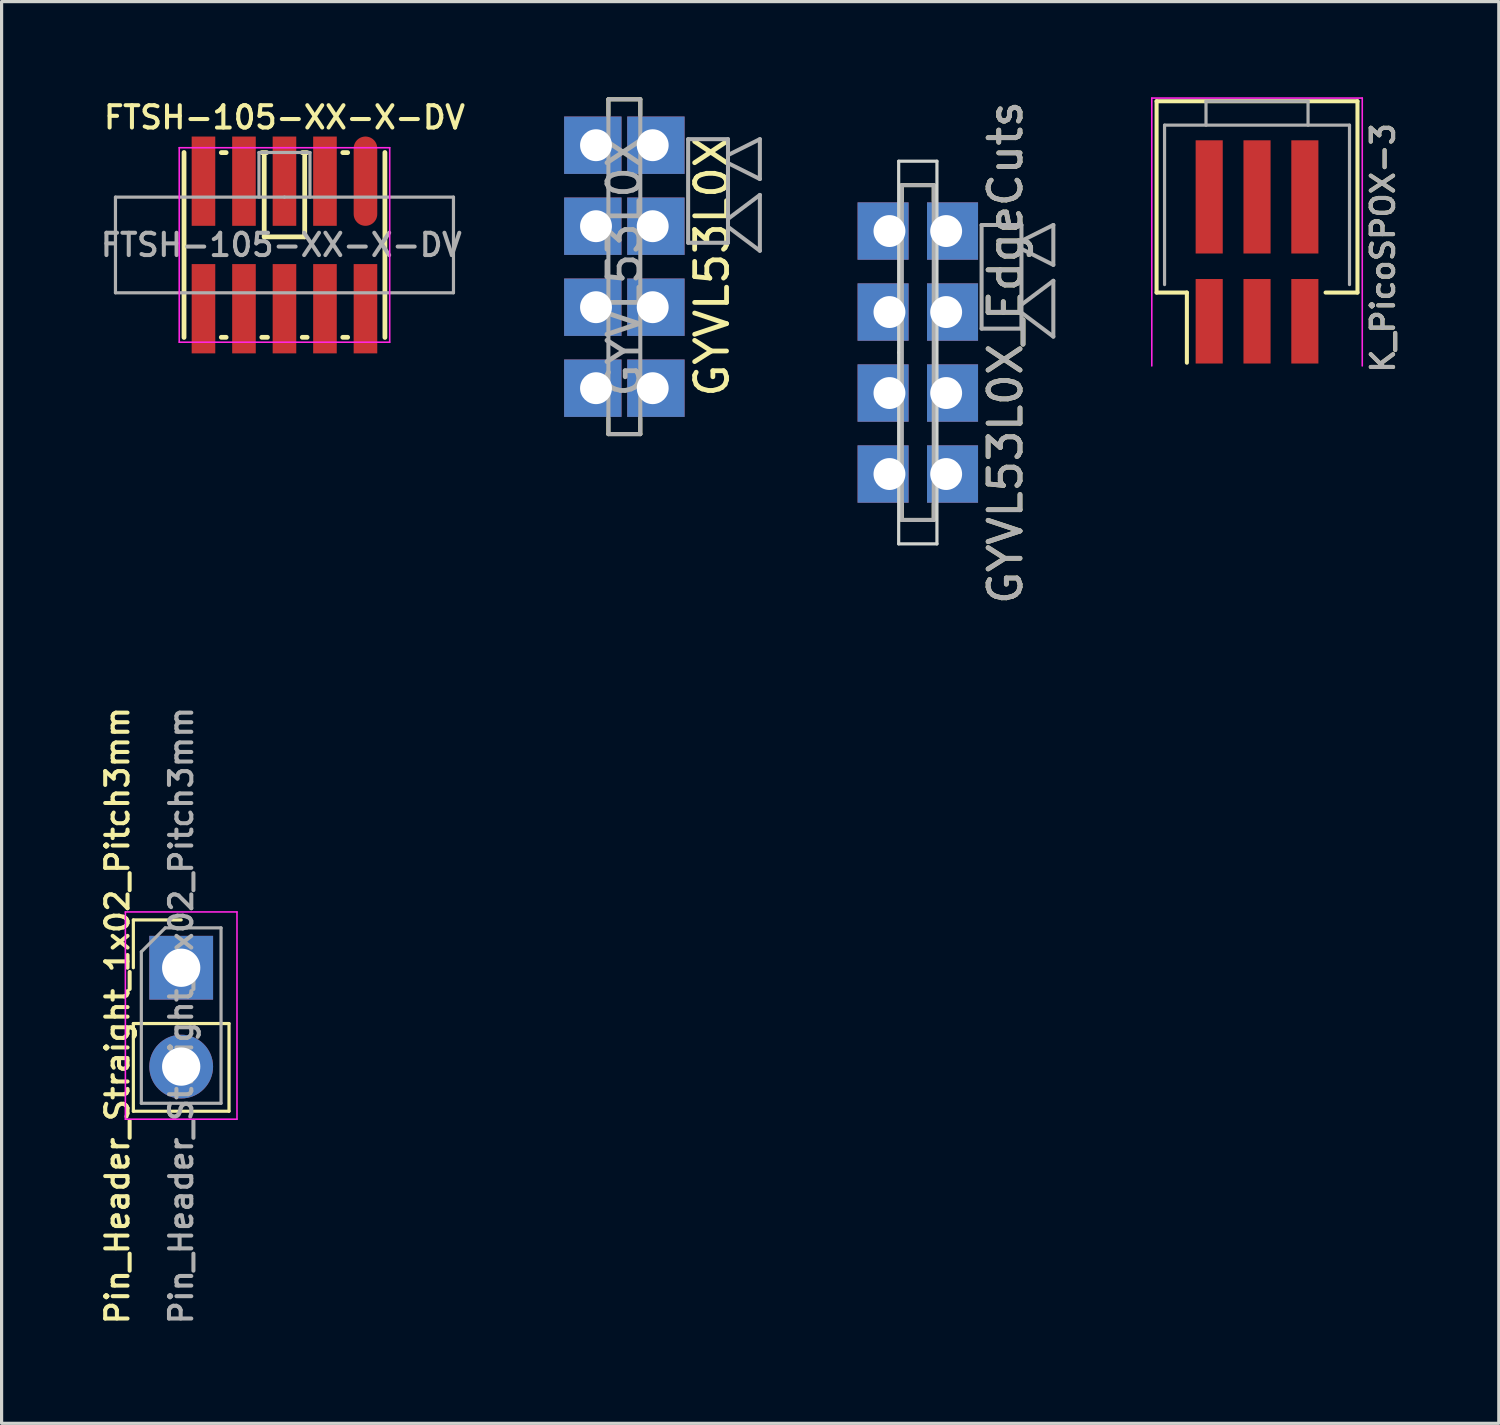
<source format=kicad_pcb>
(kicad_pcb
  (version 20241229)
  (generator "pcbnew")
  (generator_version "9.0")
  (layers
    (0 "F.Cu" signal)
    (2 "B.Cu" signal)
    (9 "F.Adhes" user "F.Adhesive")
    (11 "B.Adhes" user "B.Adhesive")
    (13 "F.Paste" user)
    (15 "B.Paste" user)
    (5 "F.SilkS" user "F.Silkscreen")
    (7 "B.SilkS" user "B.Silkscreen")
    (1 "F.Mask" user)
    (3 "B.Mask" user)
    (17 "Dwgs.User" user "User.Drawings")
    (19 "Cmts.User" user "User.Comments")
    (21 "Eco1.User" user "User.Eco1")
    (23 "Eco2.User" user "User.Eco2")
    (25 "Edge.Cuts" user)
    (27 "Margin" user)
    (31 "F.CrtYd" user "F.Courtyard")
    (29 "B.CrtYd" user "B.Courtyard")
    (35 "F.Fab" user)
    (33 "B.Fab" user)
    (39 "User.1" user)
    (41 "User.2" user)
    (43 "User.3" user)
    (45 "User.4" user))
  (footprint "Pin_Header_Straight_1x02_Pitch3mm"
    (layer "F.Cu")
    (at 2.632 27.299)
    (property "Reference" "Pin_Header_Straight_1x02_Pitch3mm" (at -2 1.5 90) (layer "F.SilkS") (effects (font (size 0.7 0.7) (thickness 0.127))))
    (attr through_hole)
    (fp_line (start -1.5 -1.5) (end -1.5 0) (stroke (width 0.1) (type solid)) (layer "F.SilkS"))
    (fp_line (start -1.5 1.75) (end 1.5 1.75) (stroke (width 0.1) (type solid)) (layer "F.SilkS"))
    (fp_line (start -1.5 4.5) (end -1.5 1.75) (stroke (width 0.1) (type solid)) (layer "F.SilkS"))
    (fp_line (start 0 -1.5) (end -1.5 -1.5) (stroke (width 0.1) (type solid)) (layer "F.SilkS"))
    (fp_line (start 1.5 1.75) (end 1.5 4.5) (stroke (width 0.1) (type solid)) (layer "F.SilkS"))
    (fp_line (start 1.5 4.5) (end -1.5 4.5) (stroke (width 0.1) (type solid)) (layer "F.SilkS"))
    (fp_line (start -1.75 -1.75) (end 1.75 -1.75) (stroke (width 0.05) (type solid)) (layer "F.CrtYd"))
    (fp_line (start -1.75 4.75) (end -1.75 -1.75) (stroke (width 0.05) (type solid)) (layer "F.CrtYd"))
    (fp_line (start 1.75 -1.75) (end 1.75 4.75) (stroke (width 0.05) (type solid)) (layer "F.CrtYd"))
    (fp_line (start 1.75 4.75) (end -1.75 4.75) (stroke (width 0.05) (type solid)) (layer "F.CrtYd"))
    (fp_line (start -1.25 -0.5) (end -1.25 4.25) (stroke (width 0.1) (type solid)) (layer "F.Fab"))
    (fp_line (start -0.5 -1.25) (end -1.25 -0.5) (stroke (width 0.1) (type solid)) (layer "F.Fab"))
    (fp_line (start 1.25 -1.25) (end -0.5 -1.25) (stroke (width 0.1) (type solid)) (layer "F.Fab"))
    (fp_line (start 1.25 -1.25) (end 1.25 4.25) (stroke (width 0.1) (type solid)) (layer "F.Fab"))
    (fp_line (start 1.25 4.25) (end -1.25 4.25) (stroke (width 0.1) (type solid)) (layer "F.Fab"))
    (fp_text user "${REFERENCE}" (at 0 1.5 90) (layer "F.Fab") (effects (font (size 0.7 0.7) (thickness 0.127))))
    (pad "1" thru_hole rect (at 0 0) (size 2 2) (drill 1.2) (layers "*.Cu" "*.Mask"))
    (pad "2" thru_hole oval (at 0 3.1) (size 2 2) (drill 1.2) (layers "*.Cu" "*.Mask")))
  (footprint "K_PicoSPOX-3"
    (layer "F.Cu")
    (at 36.371 3.375)
    (property "Reference" "K_PicoSPOX-3" (at 3.95 1.35 90) (layer "F.SilkS") (effects (font (size 0.7 0.7) (thickness 0.127))))
    (attr smd)
    (fp_line (start -3.15 -3.25) (end -3.15 2.75) (stroke (width 0.127) (type solid)) (layer "F.SilkS"))
    (fp_line (start -3.15 -3.25) (end 3.15 -3.25) (stroke (width 0.127) (type solid)) (layer "F.SilkS"))
    (fp_line (start -3.15 2.75) (end -2.2 2.75) (stroke (width 0.127) (type solid)) (layer "F.SilkS"))
    (fp_line (start -2.2 2.75) (end -2.2 4.95) (stroke (width 0.127) (type solid)) (layer "F.SilkS"))
    (fp_line (start 3.15 -3.25) (end 3.15 2.75) (stroke (width 0.127) (type solid)) (layer "F.SilkS"))
    (fp_line (start 3.15 2.75) (end 2.15 2.75) (stroke (width 0.127) (type solid)) (layer "F.SilkS"))
    (fp_line (start -3.3 -3.35) (end 3.3 -3.35) (stroke (width 0.05) (type solid)) (layer "F.CrtYd"))
    (fp_line (start -3.3 5.05) (end -3.3 -3.35) (stroke (width 0.05) (type solid)) (layer "F.CrtYd"))
    (fp_line (start 3.3 -3.35) (end 3.3 5.05) (stroke (width 0.05) (type solid)) (layer "F.CrtYd"))
    (fp_line (start -2.9 -2.5) (end 2.9 -2.5) (stroke (width 0.1) (type solid)) (layer "F.Fab"))
    (fp_line (start -2.9 2.5) (end -2.9 -2.5) (stroke (width 0.1) (type solid)) (layer "F.Fab"))
    (fp_line (start -1.6 -3.25) (end -1.6 -2.5) (stroke (width 0.1) (type solid)) (layer "F.Fab"))
    (fp_line (start -1.6 -3.25) (end 1.6 -3.25) (stroke (width 0.1) (type solid)) (layer "F.Fab"))
    (fp_line (start 1.6 -3.25) (end 1.6 -2.5) (stroke (width 0.1) (type solid)) (layer "F.Fab"))
    (fp_line (start 2.9 2.5) (end 2.9 -2.5) (stroke (width 0.1) (type solid)) (layer "F.Fab"))
    (fp_text user "${REFERENCE}" (at 3.95 1.35 90) (layer "F.Fab") (effects (font (size 0.7 0.7) (thickness 0.127))))
    (pad "1" smd rect (at -1.5 -0.25) (size 0.85 3.55) (layers "F.Cu" "F.Mask" "F.Paste"))
    (pad "1" smd rect (at -1.5 3.65) (size 0.85 2.65) (layers "F.Cu" "F.Mask" "F.Paste"))
    (pad "2" smd rect (at 0 -0.25) (size 0.85 3.55) (layers "F.Cu" "F.Mask" "F.Paste"))
    (pad "2" smd rect (at 0 3.65) (size 0.85 2.65) (layers "F.Cu" "F.Mask" "F.Paste"))
    (pad "3" smd rect (at 1.5 -0.25) (size 0.85 3.55) (layers "F.Cu" "F.Mask" "F.Paste"))
    (pad "3" smd rect (at 1.5 3.65) (size 0.85 2.65) (layers "F.Cu" "F.Mask" "F.Paste")))
  (footprint "GYVL53L0X"
    (layer "F.Cu")
    (at 16.53 5.314)
    (property "Reference" "GYVL53L0X" (at 2.75 0 90) (layer "F.SilkS") (effects (font (size 1 1) (thickness 0.15))))
    (attr through_hole)
    (fp_line (start -0.5 -5.25) (end 0.5 -5.25) (stroke (width 0.127) (type solid)) (layer "F.SilkS"))
    (fp_line (start -0.5 -4.75) (end -0.5 -5.25) (stroke (width 0.127) (type solid)) (layer "F.SilkS"))
    (fp_line (start -0.5 4.75) (end -0.5 5.25) (stroke (width 0.127) (type solid)) (layer "F.SilkS"))
    (fp_line (start -0.5 5.25) (end 0.5 5.25) (stroke (width 0.127) (type solid)) (layer "F.SilkS"))
    (fp_line (start 0.5 -5.25) (end 0.5 -4.75) (stroke (width 0.127) (type solid)) (layer "F.SilkS"))
    (fp_line (start 0.5 5.25) (end 0.5 4.75) (stroke (width 0.127) (type solid)) (layer "F.SilkS"))
    (fp_line (start -0.5 -5.25) (end 0.5 -5.25) (stroke (width 0.127) (type solid)) (layer "F.Fab"))
    (fp_line (start -0.5 5.25) (end -0.5 -5.25) (stroke (width 0.127) (type solid)) (layer "F.Fab"))
    (fp_line (start 0.5 -5.25) (end 0.5 5.25) (stroke (width 0.127) (type solid)) (layer "F.Fab"))
    (fp_line (start 0.5 5.25) (end -0.5 5.25) (stroke (width 0.127) (type solid)) (layer "F.Fab"))
    (fp_line (start 2 -4) (end 2 -0.75) (stroke (width 0.127) (type solid)) (layer "F.Fab"))
    (fp_line (start 2 -0.75) (end 3.25 -0.75) (stroke (width 0.127) (type solid)) (layer "F.Fab"))
    (fp_line (start 3.25 -4) (end 2 -4) (stroke (width 0.127) (type solid)) (layer "F.Fab"))
    (fp_line (start 3.25 -3.5) (end 4.25 -4) (stroke (width 0.127) (type solid)) (layer "F.Fab"))
    (fp_line (start 3.25 -1.5) (end 4.25 -2.25) (stroke (width 0.127) (type solid)) (layer "F.Fab"))
    (fp_line (start 3.25 -1.25) (end 4.25 -0.5) (stroke (width 0.127) (type solid)) (layer "F.Fab"))
    (fp_line (start 3.25 -0.75) (end 3.25 -4) (stroke (width 0.127) (type solid)) (layer "F.Fab"))
    (fp_line (start 4.25 -4) (end 4.25 -2.75) (stroke (width 0.127) (type solid)) (layer "F.Fab"))
    (fp_line (start 4.25 -2.75) (end 3.25 -3.25) (stroke (width 0.127) (type solid)) (layer "F.Fab"))
    (fp_line (start 4.25 -2.25) (end 4.25 -0.5) (stroke (width 0.127) (type solid)) (layer "F.Fab"))
    (fp_text user "${REFERENCE}" (at 0 0 90) (layer "F.Fab") (effects (font (size 1 1) (thickness 0.15))))
    (pad "" thru_hole rect (at 0.889 -3.81) (size 1.8 1.8) (drill 1 (offset 0.1 0)) (layers "*.Cu" "*.Mask"))
    (pad "" thru_hole rect (at 0.889 -1.27) (size 1.8 1.8) (drill 1 (offset 0.1 0)) (layers "*.Cu" "*.Mask"))
    (pad "" thru_hole rect (at 0.889 1.27) (size 1.8 1.8) (drill 1 (offset 0.1 0)) (layers "*.Cu" "*.Mask"))
    (pad "" thru_hole rect (at 0.889 3.81) (size 1.8 1.8) (drill 1 (offset 0.1 0)) (layers "*.Cu" "*.Mask"))
    (pad "1" thru_hole rect (at -0.889 -3.81) (size 1.8 1.8) (drill 1 (offset -0.1 0)) (layers "*.Cu" "*.Mask"))
    (pad "2" thru_hole rect (at -0.889 -1.27) (size 1.8 1.8) (drill 1 (offset -0.1 0)) (layers "*.Cu" "*.Mask"))
    (pad "3" thru_hole rect (at -0.889 1.27) (size 1.8 1.8) (drill 1 (offset -0.1 0)) (layers "*.Cu" "*.Mask"))
    (pad "4" thru_hole rect (at -0.889 3.81) (size 1.8 1.8) (drill 1 (offset -0.1 0)) (layers "*.Cu" "*.Mask")))
  (footprint "FTSH-105-XX-X-DV"
    (layer "F.Cu")
    (at 5.871 4.632)
    (property "Reference" "FTSH-105-XX-X-DV" (at 0 -4 0) (layer "F.SilkS") (effects (font (size 0.7 0.7) (thickness 0.127))))
    (attr smd)
    (fp_line (start -3.15 2.9) (end -3.15 -2.9) (stroke (width 0.15) (type solid)) (layer "F.SilkS"))
    (fp_line (start -1.981 2.896) (end -1.829 2.896) (stroke (width 0.15) (type solid)) (layer "F.SilkS"))
    (fp_line (start -1.829 -2.896) (end -1.981 -2.896) (stroke (width 0.15) (type solid)) (layer "F.SilkS"))
    (fp_line (start -0.711 2.896) (end -0.533 2.896) (stroke (width 0.15) (type solid)) (layer "F.SilkS"))
    (fp_line (start -0.635 -0.254) (end -0.635 -2.794) (stroke (width 0.15) (type solid)) (layer "F.SilkS"))
    (fp_line (start -0.559 -2.896) (end -0.711 -2.896) (stroke (width 0.15) (type solid)) (layer "F.SilkS"))
    (fp_line (start 0.559 2.896) (end 0.711 2.896) (stroke (width 0.15) (type solid)) (layer "F.SilkS"))
    (fp_line (start 0.635 -2.794) (end 0.635 -0.254) (stroke (width 0.15) (type solid)) (layer "F.SilkS"))
    (fp_line (start 0.635 -0.254) (end -0.635 -0.254) (stroke (width 0.15) (type solid)) (layer "F.SilkS"))
    (fp_line (start 0.711 -2.896) (end 0.559 -2.896) (stroke (width 0.15) (type solid)) (layer "F.SilkS"))
    (fp_line (start 1.829 2.896) (end 1.981 2.896) (stroke (width 0.15) (type solid)) (layer "F.SilkS"))
    (fp_line (start 1.981 -2.896) (end 1.829 -2.896) (stroke (width 0.15) (type solid)) (layer "F.SilkS"))
    (fp_line (start 3.15 2.9) (end 3.15 -2.9) (stroke (width 0.15) (type solid)) (layer "F.SilkS"))
    (fp_line (start -3.3 -3.05) (end 3.3 -3.05) (stroke (width 0.05) (type solid)) (layer "F.CrtYd"))
    (fp_line (start -3.3 3.05) (end -3.3 -3.05) (stroke (width 0.05) (type solid)) (layer "F.CrtYd"))
    (fp_line (start 3.3 -3.05) (end 3.3 3.05) (stroke (width 0.05) (type solid)) (layer "F.CrtYd"))
    (fp_line (start 3.3 3.05) (end -3.3 3.05) (stroke (width 0.05) (type solid)) (layer "F.CrtYd"))
    (fp_line (start -5.3 -1.5) (end 0 -1.5) (stroke (width 0.1) (type solid)) (layer "F.Fab"))
    (fp_line (start -5.3 1.5) (end -5.3 -1.5) (stroke (width 0.1) (type solid)) (layer "F.Fab"))
    (fp_line (start -0.8 -2.9) (end 0.8 -2.9) (stroke (width 0.1) (type solid)) (layer "F.Fab"))
    (fp_line (start -0.8 -1.5) (end -0.8 -2.9) (stroke (width 0.1) (type solid)) (layer "F.Fab"))
    (fp_line (start 0 -1.5) (end 5.3 -1.5) (stroke (width 0.1) (type solid)) (layer "F.Fab"))
    (fp_line (start 0.8 -2.9) (end 0.8 -1.5) (stroke (width 0.1) (type solid)) (layer "F.Fab"))
    (fp_line (start 5.3 -1.5) (end 5.3 1.5) (stroke (width 0.1) (type solid)) (layer "F.Fab"))
    (fp_line (start 5.3 1.5) (end -5.3 1.5) (stroke (width 0.1) (type solid)) (layer "F.Fab"))
    (fp_text user "${REFERENCE}" (at -0.1 0 0) (layer "F.Fab") (effects (font (size 0.7 0.7) (thickness 0.127))))
    (pad "1" smd oval (at 2.54 -2 180) (size 0.74 2.8) (layers "F.Cu" "F.Mask" "F.Paste"))
    (pad "2" smd rect (at 2.54 2 180) (size 0.74 2.8) (layers "F.Cu" "F.Mask" "F.Paste"))
    (pad "3" smd rect (at 1.27 -2 180) (size 0.74 2.8) (layers "F.Cu" "F.Mask" "F.Paste"))
    (pad "4" smd rect (at 1.27 2 180) (size 0.74 2.8) (layers "F.Cu" "F.Mask" "F.Paste"))
    (pad "5" smd rect (at 0 -2 180) (size 0.74 2.8) (layers "F.Cu" "F.Mask" "F.Paste"))
    (pad "6" smd rect (at 0 2 180) (size 0.74 2.8) (layers "F.Cu" "F.Mask" "F.Paste"))
    (pad "7" smd rect (at -1.27 -2 180) (size 0.74 2.8) (layers "F.Cu" "F.Mask" "F.Paste"))
    (pad "8" smd rect (at -1.27 2 180) (size 0.74 2.8) (layers "F.Cu" "F.Mask" "F.Paste"))
    (pad "9" smd rect (at -2.54 -2 180) (size 0.74 2.8) (layers "F.Cu" "F.Mask" "F.Paste"))
    (pad "10" smd rect (at -2.54 2 180) (size 0.74 2.8) (layers "F.Cu" "F.Mask" "F.Paste")))
  (footprint "GYVL53L0X_EdgeCuts"
    (layer "F.Cu")
    (at 25.733 8.006)
    (property "Reference" "GYVL53L0X_EdgeCuts" (at 2.75 0 90) (layer "F.SilkS") (effects (font (size 1 1) (thickness 0.15))))
    (attr through_hole)
    (fp_line (start -0.5 -5.25) (end 0.5 -5.25) (stroke (width 0.127) (type solid)) (layer "F.SilkS"))
    (fp_line (start -0.5 -4.75) (end -0.5 -5.25) (stroke (width 0.127) (type solid)) (layer "F.SilkS"))
    (fp_line (start -0.5 4.75) (end -0.5 5.25) (stroke (width 0.127) (type solid)) (layer "F.SilkS"))
    (fp_line (start -0.5 5.25) (end 0.5 5.25) (stroke (width 0.127) (type solid)) (layer "F.SilkS"))
    (fp_line (start 0.5 -5.25) (end 0.5 -4.75) (stroke (width 0.127) (type solid)) (layer "F.SilkS"))
    (fp_line (start 0.5 5.25) (end 0.5 4.75) (stroke (width 0.127) (type solid)) (layer "F.SilkS"))
    (fp_line (start -0.6 -6) (end 0.6 -6) (stroke (width 0.1) (type solid)) (layer "Edge.Cuts"))
    (fp_line (start -0.6 0) (end -0.6 -6) (stroke (width 0.1) (type solid)) (layer "Edge.Cuts"))
    (fp_line (start -0.6 6) (end -0.6 0) (stroke (width 0.1) (type solid)) (layer "Edge.Cuts"))
    (fp_line (start 0.6 -6) (end 0.6 6) (stroke (width 0.1) (type solid)) (layer "Edge.Cuts"))
    (fp_line (start 0.6 6) (end -0.6 6) (stroke (width 0.1) (type solid)) (layer "Edge.Cuts"))
    (fp_line (start -0.5 -5.25) (end 0.5 -5.25) (stroke (width 0.127) (type solid)) (layer "F.Fab"))
    (fp_line (start -0.5 5.25) (end -0.5 -5.25) (stroke (width 0.127) (type solid)) (layer "F.Fab"))
    (fp_line (start 0.5 -5.25) (end 0.5 5.25) (stroke (width 0.127) (type solid)) (layer "F.Fab"))
    (fp_line (start 0.5 5.25) (end -0.5 5.25) (stroke (width 0.127) (type solid)) (layer "F.Fab"))
    (fp_line (start 2 -4) (end 2 -0.75) (stroke (width 0.127) (type solid)) (layer "F.Fab"))
    (fp_line (start 2 -0.75) (end 3.25 -0.75) (stroke (width 0.127) (type solid)) (layer "F.Fab"))
    (fp_line (start 3.25 -4) (end 2 -4) (stroke (width 0.127) (type solid)) (layer "F.Fab"))
    (fp_line (start 3.25 -3.5) (end 4.25 -4) (stroke (width 0.127) (type solid)) (layer "F.Fab"))
    (fp_line (start 3.25 -1.5) (end 4.25 -2.25) (stroke (width 0.127) (type solid)) (layer "F.Fab"))
    (fp_line (start 3.25 -1.25) (end 4.25 -0.5) (stroke (width 0.127) (type solid)) (layer "F.Fab"))
    (fp_line (start 3.25 -0.75) (end 3.25 -4) (stroke (width 0.127) (type solid)) (layer "F.Fab"))
    (fp_line (start 4.25 -4) (end 4.25 -2.75) (stroke (width 0.127) (type solid)) (layer "F.Fab"))
    (fp_line (start 4.25 -2.75) (end 3.25 -3.25) (stroke (width 0.127) (type solid)) (layer "F.Fab"))
    (fp_line (start 4.25 -2.25) (end 4.25 -0.5) (stroke (width 0.127) (type solid)) (layer "F.Fab"))
    (fp_text user "${REFERENCE}" (at 2.75 0 90) (layer "F.Fab") (effects (font (size 1 1) (thickness 0.15))))
    (pad "" thru_hole rect (at 0.889 -3.81) (size 1.6 1.8) (drill 1 (offset 0.2 0)) (layers "*.Cu" "*.Mask"))
    (pad "" thru_hole rect (at 0.889 -1.27) (size 1.6 1.8) (drill 1 (offset 0.2 0)) (layers "*.Cu" "*.Mask"))
    (pad "" thru_hole rect (at 0.889 1.27) (size 1.6 1.8) (drill 1 (offset 0.2 0)) (layers "*.Cu" "*.Mask"))
    (pad "" thru_hole rect (at 0.889 3.81) (size 1.6 1.8) (drill 1 (offset 0.2 0)) (layers "*.Cu" "*.Mask"))
    (pad "1" thru_hole rect (at -0.889 -3.81) (size 1.6 1.8) (drill 1 (offset -0.2 0)) (layers "*.Cu" "*.Mask"))
    (pad "2" thru_hole rect (at -0.889 -1.27) (size 1.6 1.8) (drill 1 (offset -0.2 0)) (layers "*.Cu" "*.Mask"))
    (pad "3" thru_hole rect (at -0.889 1.27) (size 1.6 1.8) (drill 1 (offset -0.2 0)) (layers "*.Cu" "*.Mask"))
    (pad "4" thru_hole rect (at -0.889 3.81) (size 1.6 1.8) (drill 1 (offset -0.2 0)) (layers "*.Cu" "*.Mask")))
  (gr_rect
    (start -3 -3)
    (end 43.953 41.586)
    (stroke (width 0.1) (type default))
    (fill no)
    (layer "Edge.Cuts")))
</source>
